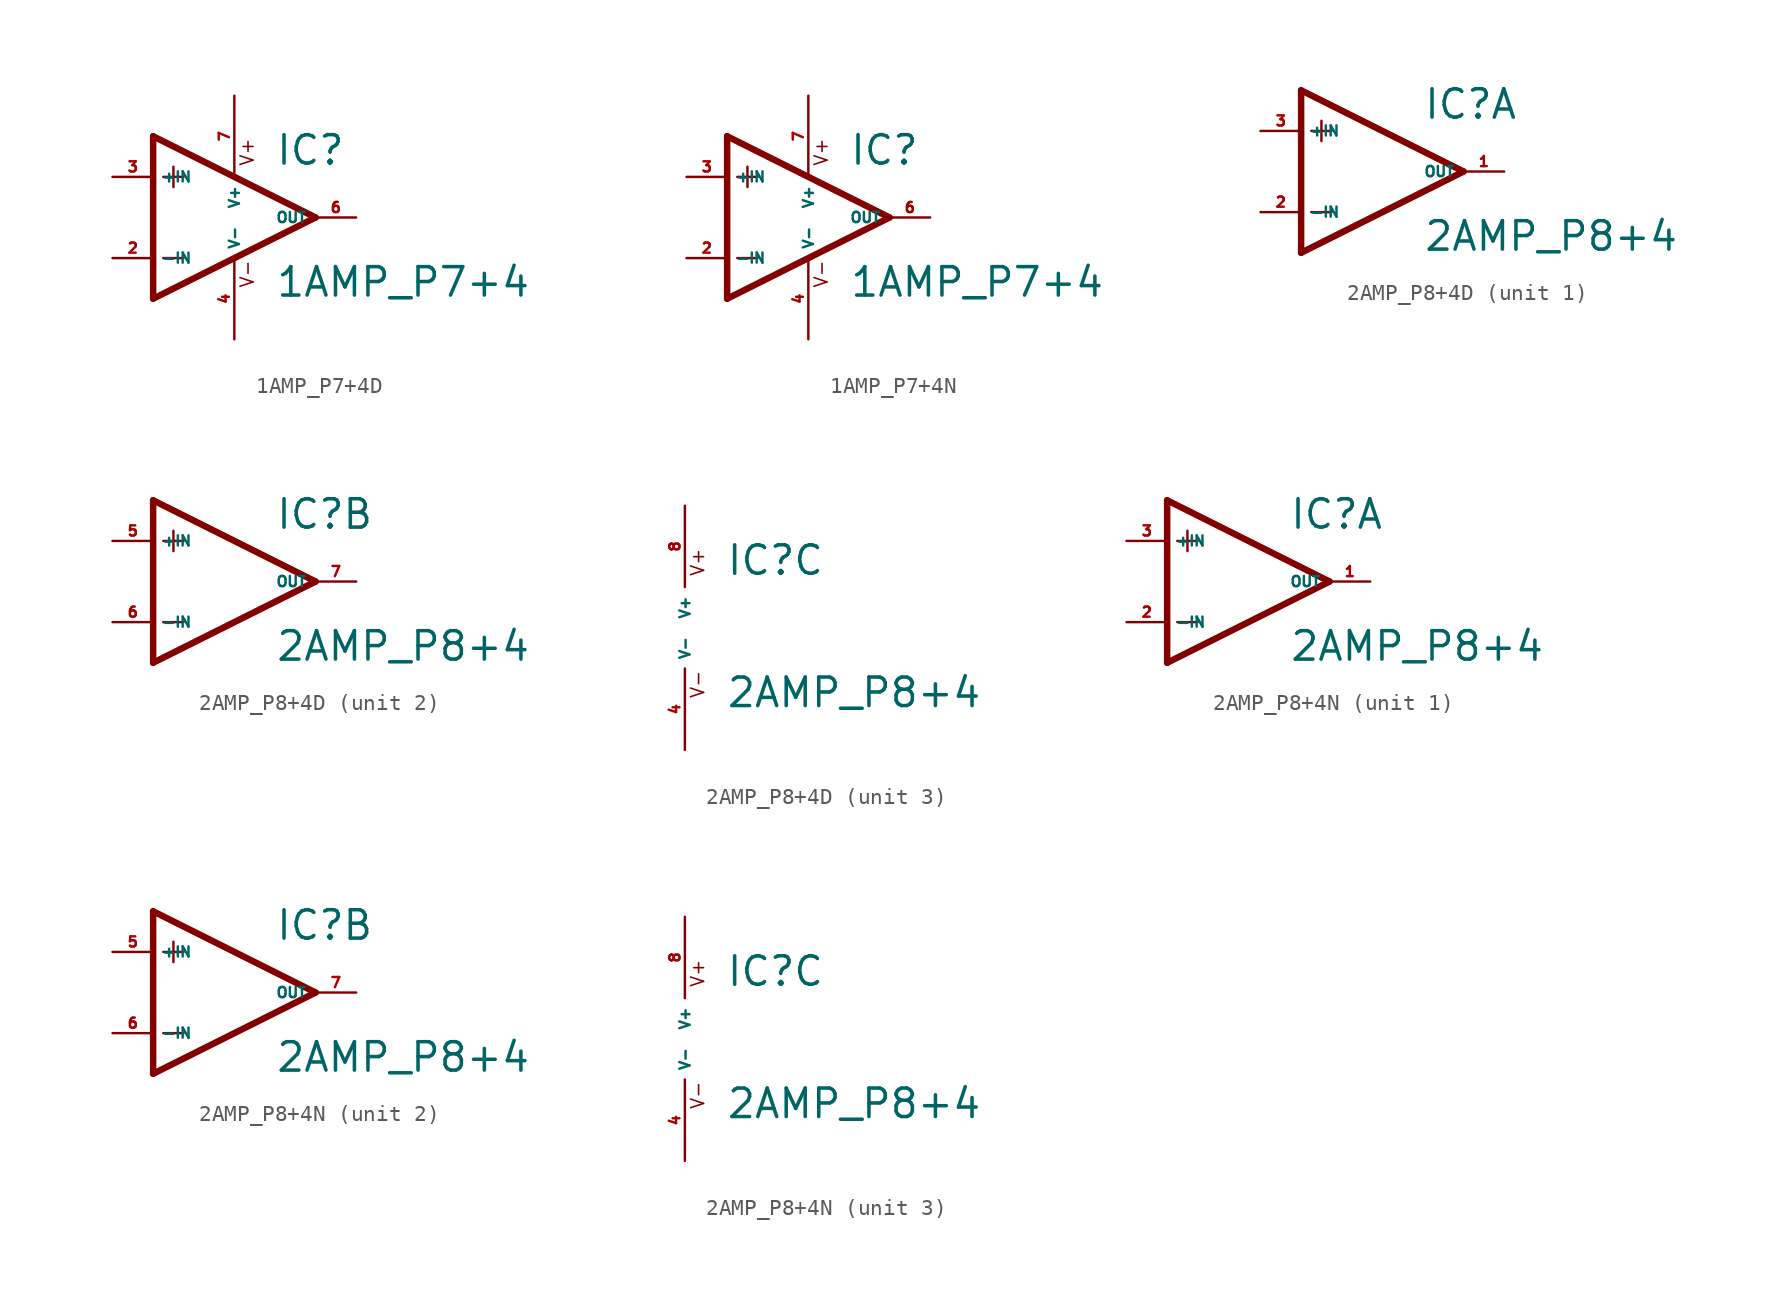
<source format=kicad_sym>
(kicad_symbol_lib
  (version 20220914)
  (generator Eagle2Kicad)
  (symbol "1AMP_P7+4D"
    (property "Reference" "IC"
      (at 2.54 3.175 0)
      (effects (font (size 1.778 1.778) (thickness 0.22)) (justify left bottom)))
    (property "Value" "1AMP_P7+4"
      (at 2.54 -5.08 0)
      (effects (font (size 1.778 1.778) (thickness 0.22)) (justify left bottom)))
    (polyline
      (pts (xy -5.08 5.08) (xy -5.08 -5.08))
      (stroke (width 0.406) (type default))
      (fill (type none)))
    (polyline
      (pts (xy -5.08 -5.08) (xy 5.08 0))
      (stroke (width 0.406) (type default))
      (fill (type none)))
    (polyline
      (pts (xy 5.08 0) (xy -5.08 5.08))
      (stroke (width 0.406) (type default))
      (fill (type none)))
    (polyline
      (pts (xy -3.81 3.175) (xy -3.81 1.905))
      (stroke (width 0.152) (type default))
      (fill (type none)))
    (polyline
      (pts (xy -4.445 2.54) (xy -3.175 2.54))
      (stroke (width 0.152) (type default))
      (fill (type none)))
    (polyline
      (pts (xy -4.445 -2.54) (xy -3.175 -2.54))
      (stroke (width 0.152) (type default))
      (fill (type none)))
    (text "V+"
      (at 1.27 3.175 900)
      (effects (font (size 0.813 0.813) (thickness 0.10)) (justify left bottom)))
    (text "V-"
      (at 1.27 -4.445 900)
      (effects (font (size 0.813 0.813) (thickness 0.10)) (justify left bottom)))
    (pin input line
      (at -7.62 -2.54 0)
      (length 2.54)
      (name "-IN" (effects (font (size 0.635 0.635) (thickness 0.08)) (justify left bottom)))
      (number "2" (effects (font (size 0.635 0.635) (thickness 0.08)) (justify left bottom))))
    (pin input line
      (at -7.62 2.54 0)
      (length 2.54)
      (name "+IN" (effects (font (size 0.635 0.635) (thickness 0.08)) (justify left bottom)))
      (number "3" (effects (font (size 0.635 0.635) (thickness 0.08)) (justify left bottom))))
    (pin output line
      (at 7.62 0 180)
      (length 2.54)
      (name "OUT" (effects (font (size 0.635 0.635) (thickness 0.08)) (justify left bottom)))
      (number "6" (effects (font (size 0.635 0.635) (thickness 0.08)) (justify left bottom))))
    (pin unspecified line
      (at 0 7.62 270)
      (length 5.08)
      (name "V+" (effects (font (size 0.635 0.635) (thickness 0.08)) (justify left bottom)))
      (number "7" (effects (font (size 0.635 0.635) (thickness 0.08)) (justify left bottom))))
    (pin unspecified line
      (at 0 -7.62 90)
      (length 5.08)
      (name "V-" (effects (font (size 0.635 0.635) (thickness 0.08)) (justify left bottom)))
      (number "4" (effects (font (size 0.635 0.635) (thickness 0.08)) (justify left bottom)))))
  (symbol "1AMP_P7+4N"
    (property "Reference" "IC"
      (at 2.54 3.175 0)
      (effects (font (size 1.778 1.778) (thickness 0.22)) (justify left bottom)))
    (property "Value" "1AMP_P7+4"
      (at 2.54 -5.08 0)
      (effects (font (size 1.778 1.778) (thickness 0.22)) (justify left bottom)))
    (polyline
      (pts (xy -5.08 5.08) (xy -5.08 -5.08))
      (stroke (width 0.406) (type default))
      (fill (type none)))
    (polyline
      (pts (xy -5.08 -5.08) (xy 5.08 0))
      (stroke (width 0.406) (type default))
      (fill (type none)))
    (polyline
      (pts (xy 5.08 0) (xy -5.08 5.08))
      (stroke (width 0.406) (type default))
      (fill (type none)))
    (polyline
      (pts (xy -3.81 3.175) (xy -3.81 1.905))
      (stroke (width 0.152) (type default))
      (fill (type none)))
    (polyline
      (pts (xy -4.445 2.54) (xy -3.175 2.54))
      (stroke (width 0.152) (type default))
      (fill (type none)))
    (polyline
      (pts (xy -4.445 -2.54) (xy -3.175 -2.54))
      (stroke (width 0.152) (type default))
      (fill (type none)))
    (text "V+"
      (at 1.27 3.175 900)
      (effects (font (size 0.813 0.813) (thickness 0.10)) (justify left bottom)))
    (text "V-"
      (at 1.27 -4.445 900)
      (effects (font (size 0.813 0.813) (thickness 0.10)) (justify left bottom)))
    (pin input line
      (at -7.62 -2.54 0)
      (length 2.54)
      (name "-IN" (effects (font (size 0.635 0.635) (thickness 0.08)) (justify left bottom)))
      (number "2" (effects (font (size 0.635 0.635) (thickness 0.08)) (justify left bottom))))
    (pin input line
      (at -7.62 2.54 0)
      (length 2.54)
      (name "+IN" (effects (font (size 0.635 0.635) (thickness 0.08)) (justify left bottom)))
      (number "3" (effects (font (size 0.635 0.635) (thickness 0.08)) (justify left bottom))))
    (pin output line
      (at 7.62 0 180)
      (length 2.54)
      (name "OUT" (effects (font (size 0.635 0.635) (thickness 0.08)) (justify left bottom)))
      (number "6" (effects (font (size 0.635 0.635) (thickness 0.08)) (justify left bottom))))
    (pin unspecified line
      (at 0 7.62 270)
      (length 5.08)
      (name "V+" (effects (font (size 0.635 0.635) (thickness 0.08)) (justify left bottom)))
      (number "7" (effects (font (size 0.635 0.635) (thickness 0.08)) (justify left bottom))))
    (pin unspecified line
      (at 0 -7.62 90)
      (length 5.08)
      (name "V-" (effects (font (size 0.635 0.635) (thickness 0.08)) (justify left bottom)))
      (number "4" (effects (font (size 0.635 0.635) (thickness 0.08)) (justify left bottom)))))
  (symbol "2AMP_P8+4D"
    (property "Reference" "IC"
      (at 2.54 3.175 0)
      (effects (font (size 1.778 1.778) (thickness 0.22)) (justify left bottom)))
    (property "Value" "2AMP_P8+4"
      (at 2.54 -5.08 0)
      (effects (font (size 1.778 1.778) (thickness 0.22)) (justify left bottom)))
    (symbol "2AMP_P8+4D_1_0"
      (polyline (pts (xy -5.08 5.08) (xy -5.08 -5.08)) (stroke (width 0.406) (type default)) (fill (type none)))
      (polyline (pts (xy -5.08 -5.08) (xy 5.08 0)) (stroke (width 0.406) (type default)) (fill (type none)))
      (polyline (pts (xy 5.08 0) (xy -5.08 5.08)) (stroke (width 0.406) (type default)) (fill (type none)))
      (polyline (pts (xy -3.81 3.175) (xy -3.81 1.905)) (stroke (width 0.152) (type default)) (fill (type none)))
      (polyline (pts (xy -4.445 2.54) (xy -3.175 2.54)) (stroke (width 0.152) (type default)) (fill (type none)))
      (polyline (pts (xy -4.445 -2.54) (xy -3.175 -2.54)) (stroke (width 0.152) (type default)) (fill (type none)))
      (pin input line (at -7.62 -2.54 0) (length 2.54) (name "-IN" (effects (font (size 0.635 0.635) (thickness 0.08)) (justify left bottom))) (number "2" (effects (font (size 0.635 0.635) (thickness 0.08)) (justify left bottom))))
      (pin input line (at -7.62 2.54 0) (length 2.54) (name "+IN" (effects (font (size 0.635 0.635) (thickness 0.08)) (justify left bottom))) (number "3" (effects (font (size 0.635 0.635) (thickness 0.08)) (justify left bottom))))
      (pin output line (at 7.62 0 180) (length 2.54) (name "OUT" (effects (font (size 0.635 0.635) (thickness 0.08)) (justify left bottom))) (number "1" (effects (font (size 0.635 0.635) (thickness 0.08)) (justify left bottom)))))
    (symbol "2AMP_P8+4D_2_0"
      (polyline (pts (xy -5.08 5.08) (xy -5.08 -5.08)) (stroke (width 0.406) (type default)) (fill (type none)))
      (polyline (pts (xy -5.08 -5.08) (xy 5.08 0)) (stroke (width 0.406) (type default)) (fill (type none)))
      (polyline (pts (xy 5.08 0) (xy -5.08 5.08)) (stroke (width 0.406) (type default)) (fill (type none)))
      (polyline (pts (xy -3.81 3.175) (xy -3.81 1.905)) (stroke (width 0.152) (type default)) (fill (type none)))
      (polyline (pts (xy -4.445 2.54) (xy -3.175 2.54)) (stroke (width 0.152) (type default)) (fill (type none)))
      (polyline (pts (xy -4.445 -2.54) (xy -3.175 -2.54)) (stroke (width 0.152) (type default)) (fill (type none)))
      (pin input line (at -7.62 -2.54 0) (length 2.54) (name "-IN" (effects (font (size 0.635 0.635) (thickness 0.08)) (justify left bottom))) (number "6" (effects (font (size 0.635 0.635) (thickness 0.08)) (justify left bottom))))
      (pin input line (at -7.62 2.54 0) (length 2.54) (name "+IN" (effects (font (size 0.635 0.635) (thickness 0.08)) (justify left bottom))) (number "5" (effects (font (size 0.635 0.635) (thickness 0.08)) (justify left bottom))))
      (pin output line (at 7.62 0 180) (length 2.54) (name "OUT" (effects (font (size 0.635 0.635) (thickness 0.08)) (justify left bottom))) (number "7" (effects (font (size 0.635 0.635) (thickness 0.08)) (justify left bottom)))))
    (symbol "2AMP_P8+4D_3_0"
      (text "V+" (at 1.27 3.175 900) (effects (font (size 0.813 0.813) (thickness 0.10)) (justify left bottom)))
      (text "V-" (at 1.27 -4.445 900) (effects (font (size 0.813 0.813) (thickness 0.10)) (justify left bottom)))
      (pin unspecified line (at 0 7.62 270) (length 5.08) (name "V+" (effects (font (size 0.635 0.635) (thickness 0.08)) (justify left bottom))) (number "8" (effects (font (size 0.635 0.635) (thickness 0.08)) (justify left bottom))))
      (pin unspecified line (at 0 -7.62 90) (length 5.08) (name "V-" (effects (font (size 0.635 0.635) (thickness 0.08)) (justify left bottom))) (number "4" (effects (font (size 0.635 0.635) (thickness 0.08)) (justify left bottom))))))
  (symbol "2AMP_P8+4N"
    (property "Reference" "IC"
      (at 2.54 3.175 0)
      (effects (font (size 1.778 1.778) (thickness 0.22)) (justify left bottom)))
    (property "Value" "2AMP_P8+4"
      (at 2.54 -5.08 0)
      (effects (font (size 1.778 1.778) (thickness 0.22)) (justify left bottom)))
    (symbol "2AMP_P8+4N_1_0"
      (polyline (pts (xy -5.08 5.08) (xy -5.08 -5.08)) (stroke (width 0.406) (type default)) (fill (type none)))
      (polyline (pts (xy -5.08 -5.08) (xy 5.08 0)) (stroke (width 0.406) (type default)) (fill (type none)))
      (polyline (pts (xy 5.08 0) (xy -5.08 5.08)) (stroke (width 0.406) (type default)) (fill (type none)))
      (polyline (pts (xy -3.81 3.175) (xy -3.81 1.905)) (stroke (width 0.152) (type default)) (fill (type none)))
      (polyline (pts (xy -4.445 2.54) (xy -3.175 2.54)) (stroke (width 0.152) (type default)) (fill (type none)))
      (polyline (pts (xy -4.445 -2.54) (xy -3.175 -2.54)) (stroke (width 0.152) (type default)) (fill (type none)))
      (pin input line (at -7.62 -2.54 0) (length 2.54) (name "-IN" (effects (font (size 0.635 0.635) (thickness 0.08)) (justify left bottom))) (number "2" (effects (font (size 0.635 0.635) (thickness 0.08)) (justify left bottom))))
      (pin input line (at -7.62 2.54 0) (length 2.54) (name "+IN" (effects (font (size 0.635 0.635) (thickness 0.08)) (justify left bottom))) (number "3" (effects (font (size 0.635 0.635) (thickness 0.08)) (justify left bottom))))
      (pin output line (at 7.62 0 180) (length 2.54) (name "OUT" (effects (font (size 0.635 0.635) (thickness 0.08)) (justify left bottom))) (number "1" (effects (font (size 0.635 0.635) (thickness 0.08)) (justify left bottom)))))
    (symbol "2AMP_P8+4N_2_0"
      (polyline (pts (xy -5.08 5.08) (xy -5.08 -5.08)) (stroke (width 0.406) (type default)) (fill (type none)))
      (polyline (pts (xy -5.08 -5.08) (xy 5.08 0)) (stroke (width 0.406) (type default)) (fill (type none)))
      (polyline (pts (xy 5.08 0) (xy -5.08 5.08)) (stroke (width 0.406) (type default)) (fill (type none)))
      (polyline (pts (xy -3.81 3.175) (xy -3.81 1.905)) (stroke (width 0.152) (type default)) (fill (type none)))
      (polyline (pts (xy -4.445 2.54) (xy -3.175 2.54)) (stroke (width 0.152) (type default)) (fill (type none)))
      (polyline (pts (xy -4.445 -2.54) (xy -3.175 -2.54)) (stroke (width 0.152) (type default)) (fill (type none)))
      (pin input line (at -7.62 -2.54 0) (length 2.54) (name "-IN" (effects (font (size 0.635 0.635) (thickness 0.08)) (justify left bottom))) (number "6" (effects (font (size 0.635 0.635) (thickness 0.08)) (justify left bottom))))
      (pin input line (at -7.62 2.54 0) (length 2.54) (name "+IN" (effects (font (size 0.635 0.635) (thickness 0.08)) (justify left bottom))) (number "5" (effects (font (size 0.635 0.635) (thickness 0.08)) (justify left bottom))))
      (pin output line (at 7.62 0 180) (length 2.54) (name "OUT" (effects (font (size 0.635 0.635) (thickness 0.08)) (justify left bottom))) (number "7" (effects (font (size 0.635 0.635) (thickness 0.08)) (justify left bottom)))))
    (symbol "2AMP_P8+4N_3_0"
      (text "V+" (at 1.27 3.175 900) (effects (font (size 0.813 0.813) (thickness 0.10)) (justify left bottom)))
      (text "V-" (at 1.27 -4.445 900) (effects (font (size 0.813 0.813) (thickness 0.10)) (justify left bottom)))
      (pin unspecified line (at 0 7.62 270) (length 5.08) (name "V+" (effects (font (size 0.635 0.635) (thickness 0.08)) (justify left bottom))) (number "8" (effects (font (size 0.635 0.635) (thickness 0.08)) (justify left bottom))))
      (pin unspecified line (at 0 -7.62 90) (length 5.08) (name "V-" (effects (font (size 0.635 0.635) (thickness 0.08)) (justify left bottom))) (number "4" (effects (font (size 0.635 0.635) (thickness 0.08)) (justify left bottom)))))))
</source>
